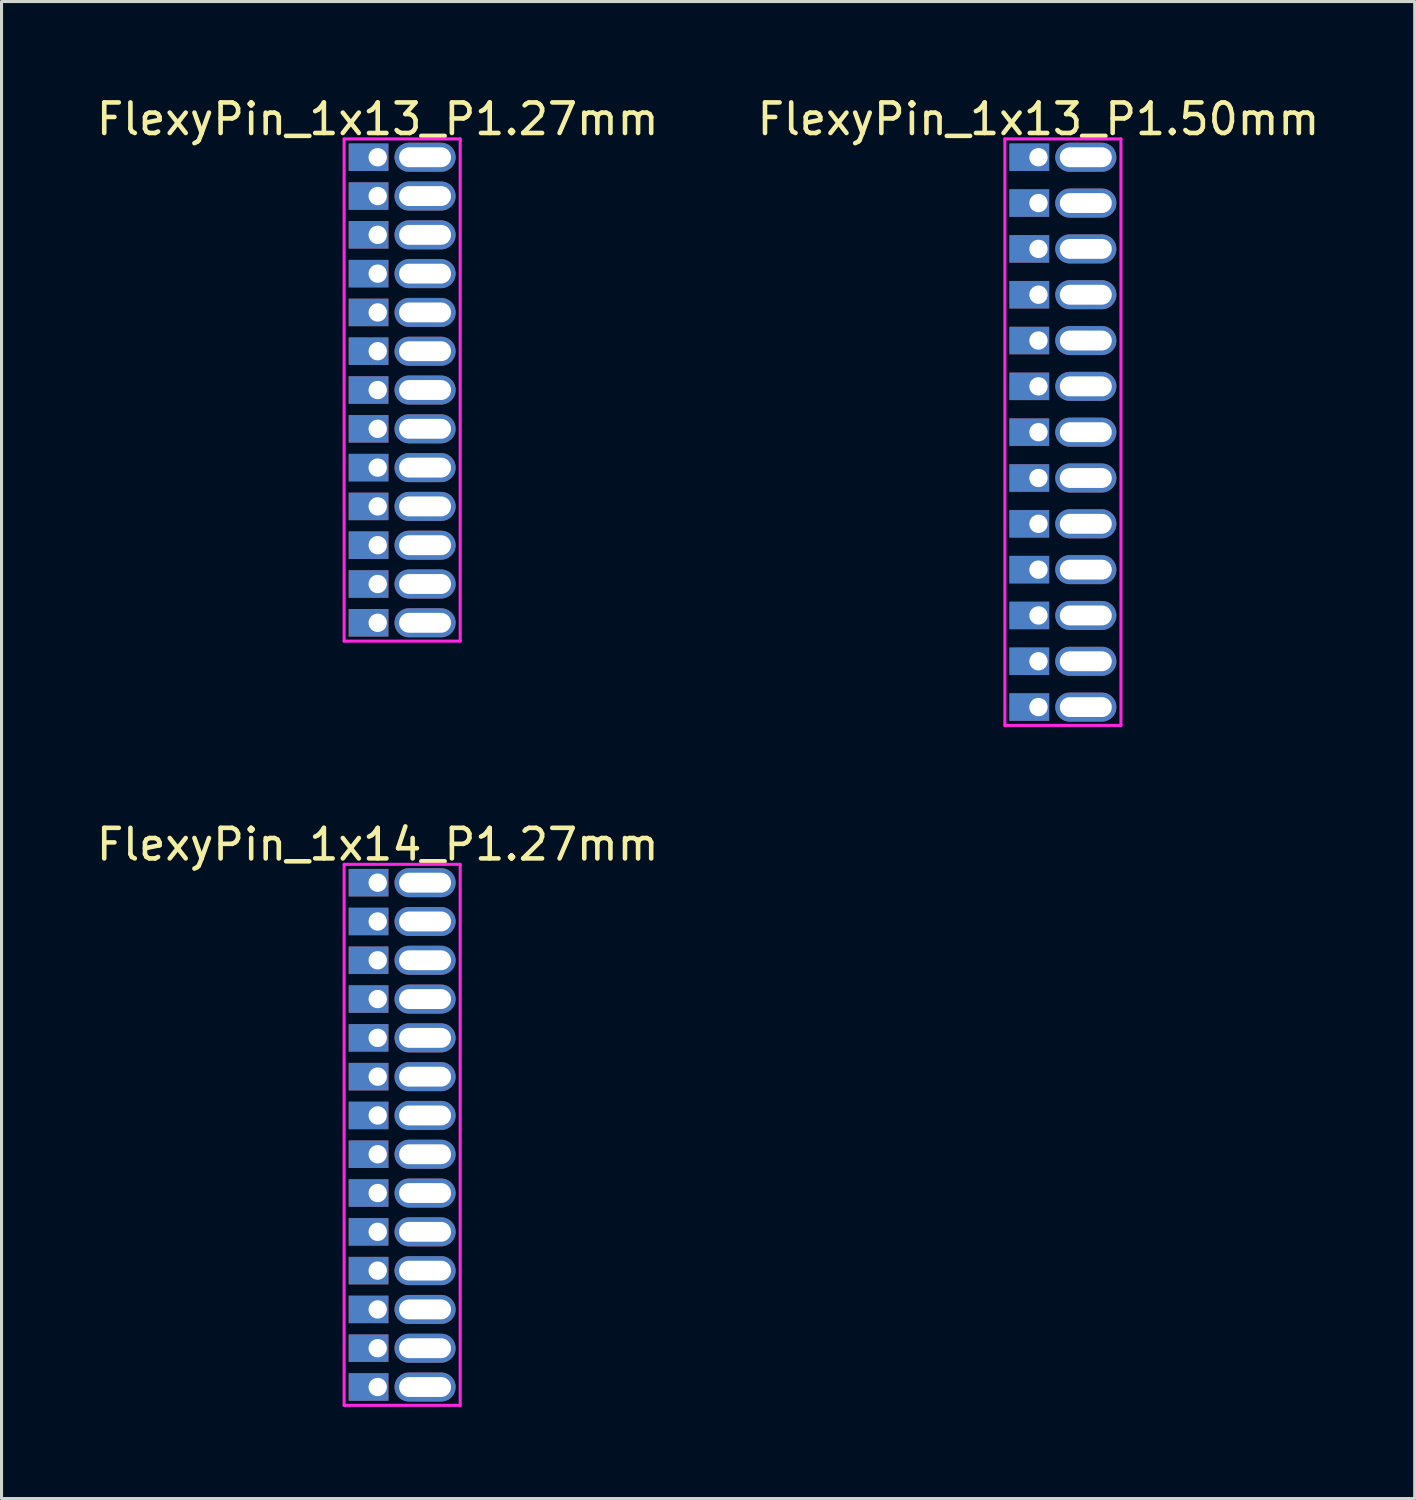
<source format=kicad_pcb>
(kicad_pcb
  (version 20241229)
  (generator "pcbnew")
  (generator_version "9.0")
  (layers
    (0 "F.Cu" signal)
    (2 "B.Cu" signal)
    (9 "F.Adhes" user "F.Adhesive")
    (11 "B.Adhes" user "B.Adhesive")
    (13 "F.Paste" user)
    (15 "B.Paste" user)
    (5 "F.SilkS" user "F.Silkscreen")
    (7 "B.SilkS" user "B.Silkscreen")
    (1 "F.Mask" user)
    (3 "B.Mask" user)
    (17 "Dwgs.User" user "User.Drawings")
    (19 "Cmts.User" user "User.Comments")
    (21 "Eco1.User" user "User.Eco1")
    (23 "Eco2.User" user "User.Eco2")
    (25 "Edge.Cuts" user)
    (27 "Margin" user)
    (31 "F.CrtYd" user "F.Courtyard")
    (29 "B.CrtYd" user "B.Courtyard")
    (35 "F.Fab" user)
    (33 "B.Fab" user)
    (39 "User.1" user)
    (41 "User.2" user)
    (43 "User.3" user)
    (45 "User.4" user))
  (footprint "FlexyPin_1x14_P1.27mm"
    (layer "F.Cu")
    (at 9.315 25.846)
    (property "Reference" "FlexyPin_1x14_P1.27mm" (at 0 -1.25 0) (layer "F.SilkS") (effects (font (size 1 1) (thickness 0.15))))
    (attr through_hole)
    (fp_line (start -1.1 -0.6) (end 2.7 -0.6) (stroke (width 0.1) (type solid)) (layer "F.CrtYd"))
    (fp_line (start -1.1 17.11) (end -1.1 -0.6) (stroke (width 0.1) (type solid)) (layer "F.CrtYd"))
    (fp_line (start 2.7 -0.6) (end 2.7 17.11) (stroke (width 0.1) (type solid)) (layer "F.CrtYd"))
    (fp_line (start 2.7 17.11) (end -1.1 17.11) (stroke (width 0.1) (type solid)) (layer "F.CrtYd"))
    (pad "" thru_hole oval (at 1.55 0) (size 2 0.95) (drill oval 1.7 0.65) (layers "*.Cu" "*.Mask"))
    (pad "" thru_hole oval (at 1.55 1.27) (size 2 0.95) (drill oval 1.7 0.65) (layers "*.Cu" "*.Mask"))
    (pad "" thru_hole oval (at 1.55 2.54) (size 2 0.95) (drill oval 1.7 0.65) (layers "*.Cu" "*.Mask"))
    (pad "" thru_hole oval (at 1.55 3.81) (size 2 0.95) (drill oval 1.7 0.65) (layers "*.Cu" "*.Mask"))
    (pad "" thru_hole oval (at 1.55 5.08) (size 2 0.95) (drill oval 1.7 0.65) (layers "*.Cu" "*.Mask"))
    (pad "" thru_hole oval (at 1.55 6.35) (size 2 0.95) (drill oval 1.7 0.65) (layers "*.Cu" "*.Mask"))
    (pad "" thru_hole oval (at 1.55 7.62) (size 2 0.95) (drill oval 1.7 0.65) (layers "*.Cu" "*.Mask"))
    (pad "" thru_hole oval (at 1.55 8.89) (size 2 0.95) (drill oval 1.7 0.65) (layers "*.Cu" "*.Mask"))
    (pad "" thru_hole oval (at 1.55 10.16) (size 2 0.95) (drill oval 1.7 0.65) (layers "*.Cu" "*.Mask"))
    (pad "" thru_hole oval (at 1.55 11.43) (size 2 0.95) (drill oval 1.7 0.65) (layers "*.Cu" "*.Mask"))
    (pad "" thru_hole oval (at 1.55 12.7) (size 2 0.95) (drill oval 1.7 0.65) (layers "*.Cu" "*.Mask"))
    (pad "" thru_hole oval (at 1.55 13.97) (size 2 0.95) (drill oval 1.7 0.65) (layers "*.Cu" "*.Mask"))
    (pad "" thru_hole oval (at 1.55 15.24) (size 2 0.95) (drill oval 1.7 0.65) (layers "*.Cu" "*.Mask"))
    (pad "" thru_hole oval (at 1.55 16.51) (size 2 0.95) (drill oval 1.7 0.65) (layers "*.Cu" "*.Mask"))
    (pad "1" thru_hole rect (at 0 0) (size 1.3 0.9) (drill 0.6 (offset -0.3 0)) (layers "*.Cu" "*.Mask"))
    (pad "2" thru_hole rect (at 0 1.27) (size 1.3 0.9) (drill 0.6 (offset -0.3 0)) (layers "*.Cu" "*.Mask"))
    (pad "3" thru_hole rect (at 0 2.54) (size 1.3 0.9) (drill 0.6 (offset -0.3 0)) (layers "*.Cu" "*.Mask"))
    (pad "4" thru_hole rect (at 0 3.81) (size 1.3 0.9) (drill 0.6 (offset -0.3 0)) (layers "*.Cu" "*.Mask"))
    (pad "5" thru_hole rect (at 0 5.08) (size 1.3 0.9) (drill 0.6 (offset -0.3 0)) (layers "*.Cu" "*.Mask"))
    (pad "6" thru_hole rect (at 0 6.35) (size 1.3 0.9) (drill 0.6 (offset -0.3 0)) (layers "*.Cu" "*.Mask"))
    (pad "7" thru_hole rect (at 0 7.62) (size 1.3 0.9) (drill 0.6 (offset -0.3 0)) (layers "*.Cu" "*.Mask"))
    (pad "8" thru_hole rect (at 0 8.89) (size 1.3 0.9) (drill 0.6 (offset -0.3 0)) (layers "*.Cu" "*.Mask"))
    (pad "9" thru_hole rect (at 0 10.16) (size 1.3 0.9) (drill 0.6 (offset -0.3 0)) (layers "*.Cu" "*.Mask"))
    (pad "10" thru_hole rect (at 0 11.43) (size 1.3 0.9) (drill 0.6 (offset -0.3 0)) (layers "*.Cu" "*.Mask"))
    (pad "11" thru_hole rect (at 0 12.7) (size 1.3 0.9) (drill 0.6 (offset -0.3 0)) (layers "*.Cu" "*.Mask"))
    (pad "12" thru_hole rect (at 0 13.97) (size 1.3 0.9) (drill 0.6 (offset -0.3 0)) (layers "*.Cu" "*.Mask"))
    (pad "13" thru_hole rect (at 0 15.24) (size 1.3 0.9) (drill 0.6 (offset -0.3 0)) (layers "*.Cu" "*.Mask"))
    (pad "14" thru_hole rect (at 0 16.51) (size 1.3 0.9) (drill 0.6 (offset -0.3 0)) (layers "*.Cu" "*.Mask")))
  (footprint "FlexyPin_1x13_P1.50mm"
    (layer "F.Cu")
    (at 30.946 2.098)
    (property "Reference" "FlexyPin_1x13_P1.50mm" (at 0 -1.25 0) (layer "F.SilkS") (effects (font (size 1 1) (thickness 0.15))))
    (attr through_hole)
    (fp_line (start -1.1 -0.6) (end 2.7 -0.6) (stroke (width 0.1) (type solid)) (layer "F.CrtYd"))
    (fp_line (start -1.1 18.6) (end -1.1 -0.6) (stroke (width 0.1) (type solid)) (layer "F.CrtYd"))
    (fp_line (start 2.7 -0.6) (end 2.7 18.6) (stroke (width 0.1) (type solid)) (layer "F.CrtYd"))
    (fp_line (start 2.7 18.6) (end -1.1 18.6) (stroke (width 0.1) (type solid)) (layer "F.CrtYd"))
    (pad "" thru_hole oval (at 1.55 0) (size 2 0.95) (drill oval 1.7 0.65) (layers "*.Cu" "*.Mask"))
    (pad "" thru_hole oval (at 1.55 1.5) (size 2 0.95) (drill oval 1.7 0.65) (layers "*.Cu" "*.Mask"))
    (pad "" thru_hole oval (at 1.55 3) (size 2 0.95) (drill oval 1.7 0.65) (layers "*.Cu" "*.Mask"))
    (pad "" thru_hole oval (at 1.55 4.5) (size 2 0.95) (drill oval 1.7 0.65) (layers "*.Cu" "*.Mask"))
    (pad "" thru_hole oval (at 1.55 6) (size 2 0.95) (drill oval 1.7 0.65) (layers "*.Cu" "*.Mask"))
    (pad "" thru_hole oval (at 1.55 7.5) (size 2 0.95) (drill oval 1.7 0.65) (layers "*.Cu" "*.Mask"))
    (pad "" thru_hole oval (at 1.55 9) (size 2 0.95) (drill oval 1.7 0.65) (layers "*.Cu" "*.Mask"))
    (pad "" thru_hole oval (at 1.55 10.5) (size 2 0.95) (drill oval 1.7 0.65) (layers "*.Cu" "*.Mask"))
    (pad "" thru_hole oval (at 1.55 12) (size 2 0.95) (drill oval 1.7 0.65) (layers "*.Cu" "*.Mask"))
    (pad "" thru_hole oval (at 1.55 13.5) (size 2 0.95) (drill oval 1.7 0.65) (layers "*.Cu" "*.Mask"))
    (pad "" thru_hole oval (at 1.55 15) (size 2 0.95) (drill oval 1.7 0.65) (layers "*.Cu" "*.Mask"))
    (pad "" thru_hole oval (at 1.55 16.5) (size 2 0.95) (drill oval 1.7 0.65) (layers "*.Cu" "*.Mask"))
    (pad "" thru_hole oval (at 1.55 18) (size 2 0.95) (drill oval 1.7 0.65) (layers "*.Cu" "*.Mask"))
    (pad "1" thru_hole rect (at 0 0) (size 1.3 0.9) (drill 0.6 (offset -0.3 0)) (layers "*.Cu" "*.Mask"))
    (pad "2" thru_hole rect (at 0 1.5) (size 1.3 0.9) (drill 0.6 (offset -0.3 0)) (layers "*.Cu" "*.Mask"))
    (pad "3" thru_hole rect (at 0 3) (size 1.3 0.9) (drill 0.6 (offset -0.3 0)) (layers "*.Cu" "*.Mask"))
    (pad "4" thru_hole rect (at 0 4.5) (size 1.3 0.9) (drill 0.6 (offset -0.3 0)) (layers "*.Cu" "*.Mask"))
    (pad "5" thru_hole rect (at 0 6) (size 1.3 0.9) (drill 0.6 (offset -0.3 0)) (layers "*.Cu" "*.Mask"))
    (pad "6" thru_hole rect (at 0 7.5) (size 1.3 0.9) (drill 0.6 (offset -0.3 0)) (layers "*.Cu" "*.Mask"))
    (pad "7" thru_hole rect (at 0 9) (size 1.3 0.9) (drill 0.6 (offset -0.3 0)) (layers "*.Cu" "*.Mask"))
    (pad "8" thru_hole rect (at 0 10.5) (size 1.3 0.9) (drill 0.6 (offset -0.3 0)) (layers "*.Cu" "*.Mask"))
    (pad "9" thru_hole rect (at 0 12) (size 1.3 0.9) (drill 0.6 (offset -0.3 0)) (layers "*.Cu" "*.Mask"))
    (pad "10" thru_hole rect (at 0 13.5) (size 1.3 0.9) (drill 0.6 (offset -0.3 0)) (layers "*.Cu" "*.Mask"))
    (pad "11" thru_hole rect (at 0 15) (size 1.3 0.9) (drill 0.6 (offset -0.3 0)) (layers "*.Cu" "*.Mask"))
    (pad "12" thru_hole rect (at 0 16.5) (size 1.3 0.9) (drill 0.6 (offset -0.3 0)) (layers "*.Cu" "*.Mask"))
    (pad "13" thru_hole rect (at 0 18) (size 1.3 0.9) (drill 0.6 (offset -0.3 0)) (layers "*.Cu" "*.Mask")))
  (footprint "FlexyPin_1x13_P1.27mm"
    (layer "F.Cu")
    (at 9.315 2.098)
    (property "Reference" "FlexyPin_1x13_P1.27mm" (at 0 -1.25 0) (layer "F.SilkS") (effects (font (size 1 1) (thickness 0.15))))
    (attr through_hole)
    (fp_line (start -1.1 -0.6) (end 2.7 -0.6) (stroke (width 0.1) (type solid)) (layer "F.CrtYd"))
    (fp_line (start -1.1 15.84) (end -1.1 -0.6) (stroke (width 0.1) (type solid)) (layer "F.CrtYd"))
    (fp_line (start 2.7 -0.6) (end 2.7 15.84) (stroke (width 0.1) (type solid)) (layer "F.CrtYd"))
    (fp_line (start 2.7 15.84) (end -1.1 15.84) (stroke (width 0.1) (type solid)) (layer "F.CrtYd"))
    (pad "" thru_hole oval (at 1.55 0) (size 2 0.95) (drill oval 1.7 0.65) (layers "*.Cu" "*.Mask"))
    (pad "" thru_hole oval (at 1.55 1.27) (size 2 0.95) (drill oval 1.7 0.65) (layers "*.Cu" "*.Mask"))
    (pad "" thru_hole oval (at 1.55 2.54) (size 2 0.95) (drill oval 1.7 0.65) (layers "*.Cu" "*.Mask"))
    (pad "" thru_hole oval (at 1.55 3.81) (size 2 0.95) (drill oval 1.7 0.65) (layers "*.Cu" "*.Mask"))
    (pad "" thru_hole oval (at 1.55 5.08) (size 2 0.95) (drill oval 1.7 0.65) (layers "*.Cu" "*.Mask"))
    (pad "" thru_hole oval (at 1.55 6.35) (size 2 0.95) (drill oval 1.7 0.65) (layers "*.Cu" "*.Mask"))
    (pad "" thru_hole oval (at 1.55 7.62) (size 2 0.95) (drill oval 1.7 0.65) (layers "*.Cu" "*.Mask"))
    (pad "" thru_hole oval (at 1.55 8.89) (size 2 0.95) (drill oval 1.7 0.65) (layers "*.Cu" "*.Mask"))
    (pad "" thru_hole oval (at 1.55 10.16) (size 2 0.95) (drill oval 1.7 0.65) (layers "*.Cu" "*.Mask"))
    (pad "" thru_hole oval (at 1.55 11.43) (size 2 0.95) (drill oval 1.7 0.65) (layers "*.Cu" "*.Mask"))
    (pad "" thru_hole oval (at 1.55 12.7) (size 2 0.95) (drill oval 1.7 0.65) (layers "*.Cu" "*.Mask"))
    (pad "" thru_hole oval (at 1.55 13.97) (size 2 0.95) (drill oval 1.7 0.65) (layers "*.Cu" "*.Mask"))
    (pad "" thru_hole oval (at 1.55 15.24) (size 2 0.95) (drill oval 1.7 0.65) (layers "*.Cu" "*.Mask"))
    (pad "1" thru_hole rect (at 0 0) (size 1.3 0.9) (drill 0.6 (offset -0.3 0)) (layers "*.Cu" "*.Mask"))
    (pad "2" thru_hole rect (at 0 1.27) (size 1.3 0.9) (drill 0.6 (offset -0.3 0)) (layers "*.Cu" "*.Mask"))
    (pad "3" thru_hole rect (at 0 2.54) (size 1.3 0.9) (drill 0.6 (offset -0.3 0)) (layers "*.Cu" "*.Mask"))
    (pad "4" thru_hole rect (at 0 3.81) (size 1.3 0.9) (drill 0.6 (offset -0.3 0)) (layers "*.Cu" "*.Mask"))
    (pad "5" thru_hole rect (at 0 5.08) (size 1.3 0.9) (drill 0.6 (offset -0.3 0)) (layers "*.Cu" "*.Mask"))
    (pad "6" thru_hole rect (at 0 6.35) (size 1.3 0.9) (drill 0.6 (offset -0.3 0)) (layers "*.Cu" "*.Mask"))
    (pad "7" thru_hole rect (at 0 7.62) (size 1.3 0.9) (drill 0.6 (offset -0.3 0)) (layers "*.Cu" "*.Mask"))
    (pad "8" thru_hole rect (at 0 8.89) (size 1.3 0.9) (drill 0.6 (offset -0.3 0)) (layers "*.Cu" "*.Mask"))
    (pad "9" thru_hole rect (at 0 10.16) (size 1.3 0.9) (drill 0.6 (offset -0.3 0)) (layers "*.Cu" "*.Mask"))
    (pad "10" thru_hole rect (at 0 11.43) (size 1.3 0.9) (drill 0.6 (offset -0.3 0)) (layers "*.Cu" "*.Mask"))
    (pad "11" thru_hole rect (at 0 12.7) (size 1.3 0.9) (drill 0.6 (offset -0.3 0)) (layers "*.Cu" "*.Mask"))
    (pad "12" thru_hole rect (at 0 13.97) (size 1.3 0.9) (drill 0.6 (offset -0.3 0)) (layers "*.Cu" "*.Mask"))
    (pad "13" thru_hole rect (at 0 15.24) (size 1.3 0.9) (drill 0.6 (offset -0.3 0)) (layers "*.Cu" "*.Mask")))
  (gr_rect
    (start -3 -3)
    (end 43.262 46.007)
    (stroke (width 0.1) (type default))
    (fill no)
    (layer "Edge.Cuts")))
</source>
